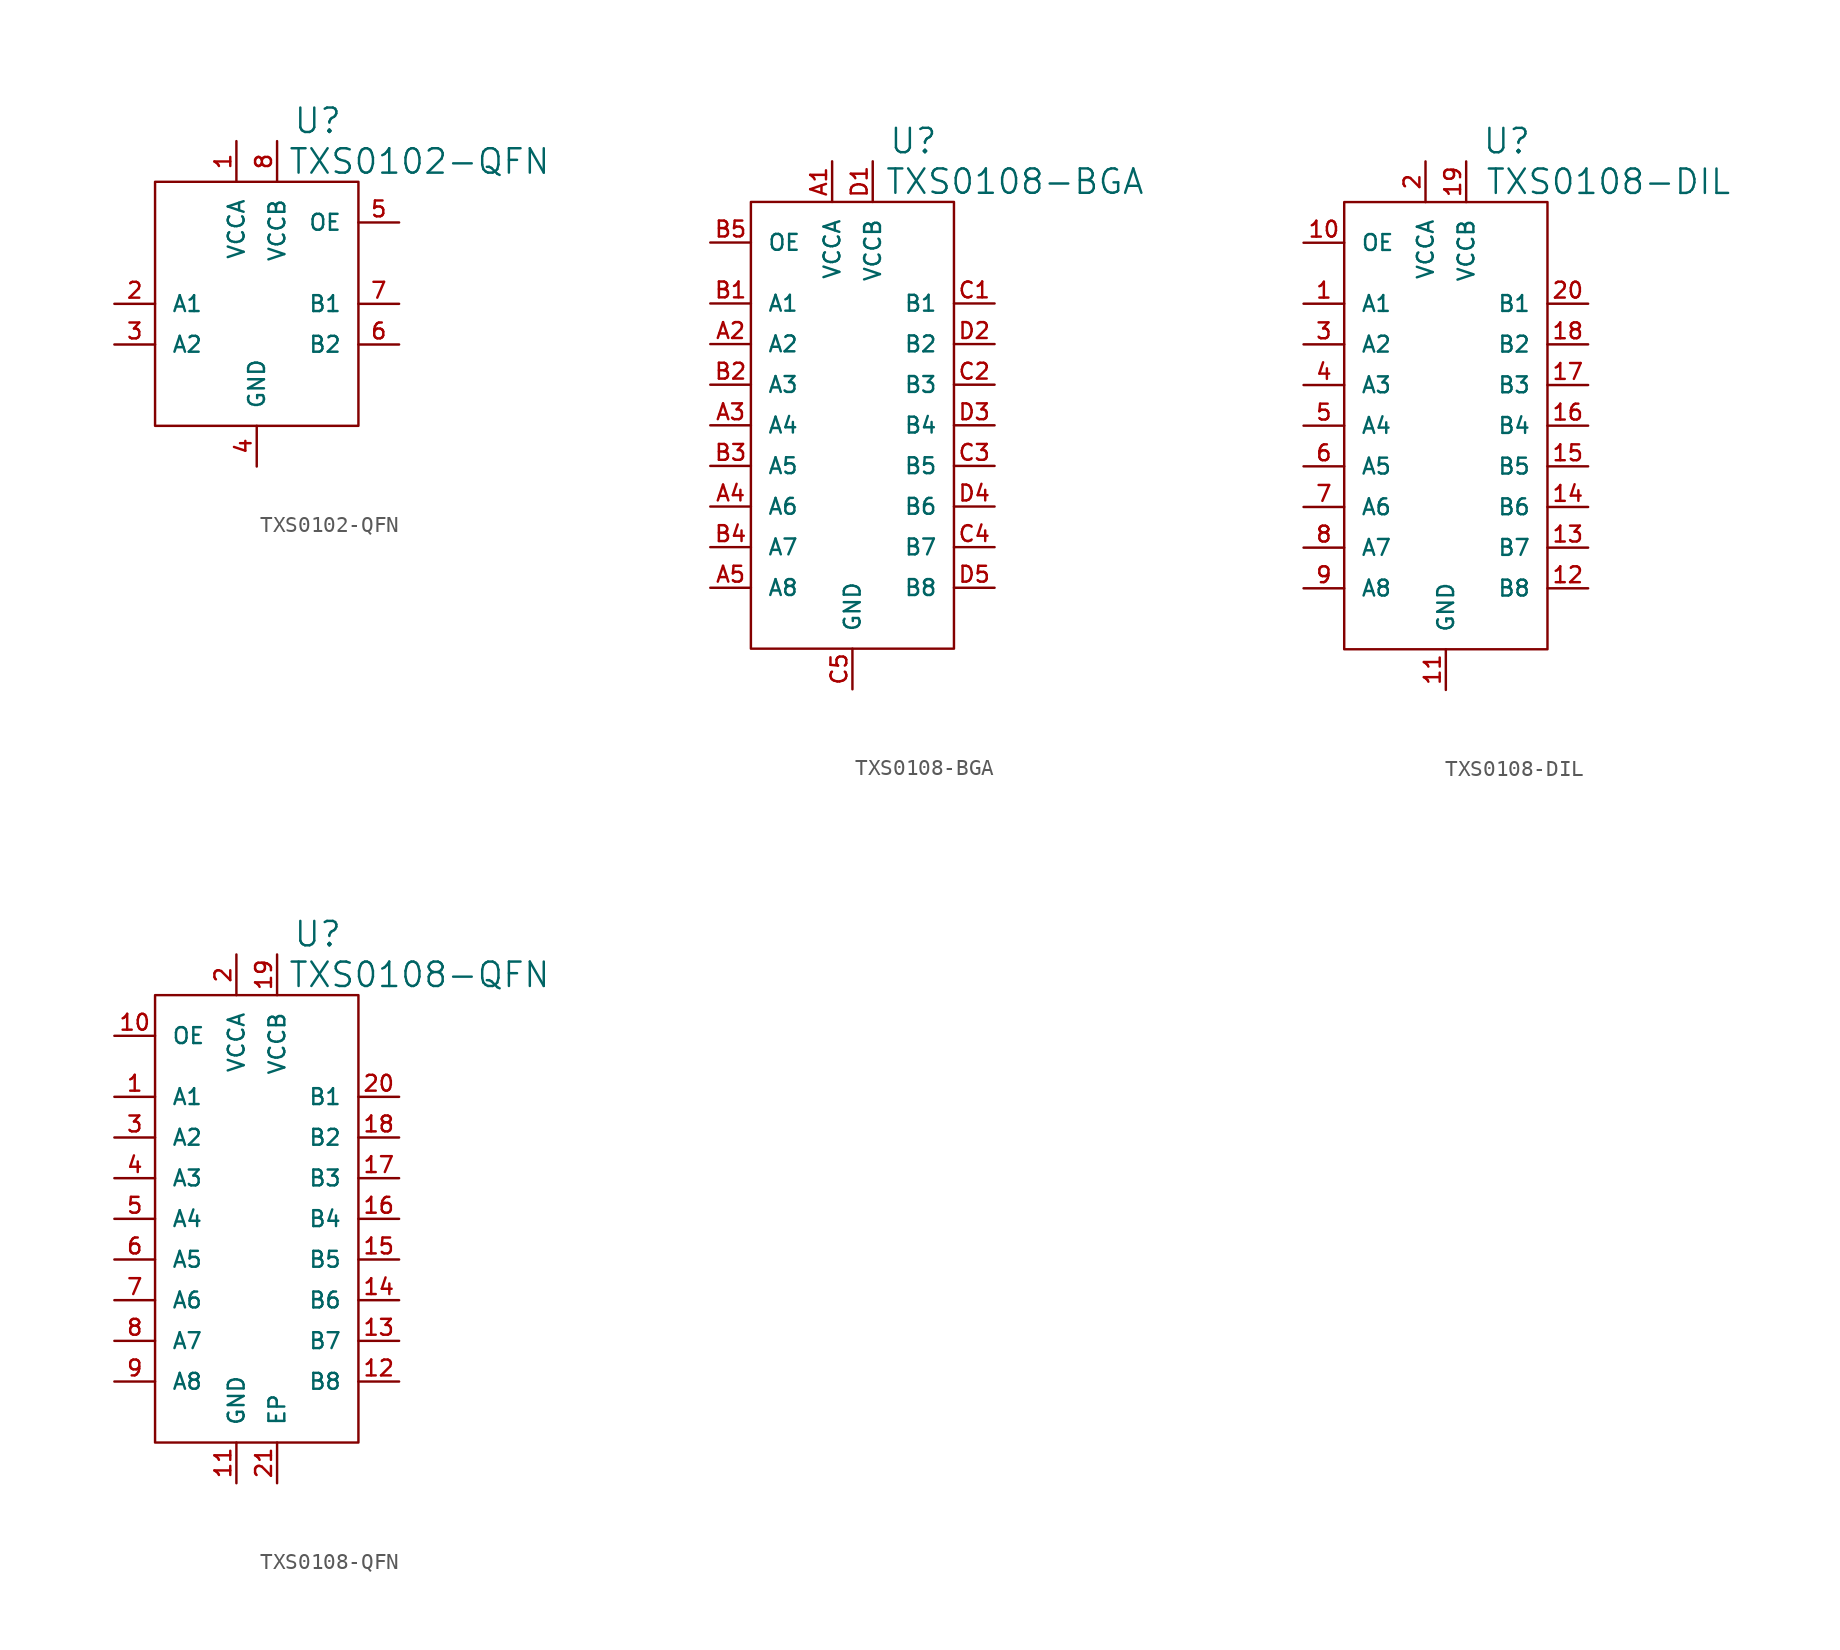
<source format=kicad_sym>
(kicad_symbol_lib
  (version 20220914)
  (generator kicad_symbol_editor)
  (symbol "TXS0102-QFN"
    (pin_names
      (offset 1.016))
    (property "Reference" "U"
      (at 3.81 11.43 0)
      (effects (font (size 1.524 1.524))))
    (property "Value" "TXS0102-QFN"
      (at 10.16 8.89 0)
      (effects (font (size 1.524 1.524))))
    (property "Footprint" ""
      (at 0 0 0)
      (effects (font (size 1.524 1.524))))
    (property "Datasheet" ""
      (at 0 0 0)
      (effects (font (size 1.524 1.524))))
    (symbol "TXS0102-QFN_0_1"
      (rectangle (start -6.35 7.62) (end 6.35 -7.62) (stroke (width 0) (type solid)) (fill (type none))))
    (symbol "TXS0102-QFN_1_1"
      (pin passive line (at -1.27 10.16 270) (length 2.54) (name "VCCA" (effects (font (size 0.991 0.991)))) (number "1" (effects (font (size 0.991 0.991)))))
      (pin passive line (at -8.89 0 0) (length 2.54) (name "A1" (effects (font (size 0.991 0.991)))) (number "2" (effects (font (size 0.991 0.991)))))
      (pin passive line (at -8.89 -2.54 0) (length 2.54) (name "A2" (effects (font (size 0.991 0.991)))) (number "3" (effects (font (size 0.991 0.991)))))
      (pin passive line (at 0 -10.16 90) (length 2.54) (name "GND" (effects (font (size 0.991 0.991)))) (number "4" (effects (font (size 0.991 0.991)))))
      (pin passive line (at 8.89 5.08 180) (length 2.54) (name "OE" (effects (font (size 0.991 0.991)))) (number "5" (effects (font (size 0.991 0.991)))))
      (pin passive line (at 8.89 -2.54 180) (length 2.54) (name "B2" (effects (font (size 0.991 0.991)))) (number "6" (effects (font (size 0.991 0.991)))))
      (pin passive line (at 8.89 0 180) (length 2.54) (name "B1" (effects (font (size 0.991 0.991)))) (number "7" (effects (font (size 0.991 0.991)))))
      (pin passive line (at 1.27 10.16 270) (length 2.54) (name "VCCB" (effects (font (size 0.991 0.991)))) (number "8" (effects (font (size 0.991 0.991)))))))
  (symbol "TXS0108-BGA"
    (pin_names
      (offset 1.016))
    (property "Reference" "U"
      (at 3.81 17.78 0)
      (effects (font (size 1.524 1.524))))
    (property "Value" "TXS0108-BGA"
      (at 10.16 15.24 0)
      (effects (font (size 1.524 1.524))))
    (property "Footprint" ""
      (at 0 -1.27 0)
      (effects (font (size 1.524 1.524))))
    (property "Datasheet" ""
      (at 0 0 0)
      (effects (font (size 1.524 1.524))))
    (symbol "TXS0108-BGA_0_1"
      (rectangle (start -6.35 13.97) (end 6.35 -13.97) (stroke (width 0) (type solid)) (fill (type none))))
    (symbol "TXS0108-BGA_1_1"
      (pin passive line (at -1.27 16.51 270) (length 2.54) (name "VCCA" (effects (font (size 0.991 0.991)))) (number "A1" (effects (font (size 0.991 0.991)))))
      (pin passive line (at -8.89 5.08 0) (length 2.54) (name "A2" (effects (font (size 0.991 0.991)))) (number "A2" (effects (font (size 0.991 0.991)))))
      (pin passive line (at -8.89 0 0) (length 2.54) (name "A4" (effects (font (size 0.991 0.991)))) (number "A3" (effects (font (size 0.991 0.991)))))
      (pin passive line (at -8.89 -5.08 0) (length 2.54) (name "A6" (effects (font (size 0.991 0.991)))) (number "A4" (effects (font (size 0.991 0.991)))))
      (pin passive line (at -8.89 -10.16 0) (length 2.54) (name "A8" (effects (font (size 0.991 0.991)))) (number "A5" (effects (font (size 0.991 0.991)))))
      (pin passive line (at -8.89 7.62 0) (length 2.54) (name "A1" (effects (font (size 0.991 0.991)))) (number "B1" (effects (font (size 0.991 0.991)))))
      (pin passive line (at -8.89 2.54 0) (length 2.54) (name "A3" (effects (font (size 0.991 0.991)))) (number "B2" (effects (font (size 0.991 0.991)))))
      (pin passive line (at -8.89 -2.54 0) (length 2.54) (name "A5" (effects (font (size 0.991 0.991)))) (number "B3" (effects (font (size 0.991 0.991)))))
      (pin passive line (at -8.89 -7.62 0) (length 2.54) (name "A7" (effects (font (size 0.991 0.991)))) (number "B4" (effects (font (size 0.991 0.991)))))
      (pin passive line (at -8.89 11.43 0) (length 2.54) (name "OE" (effects (font (size 0.991 0.991)))) (number "B5" (effects (font (size 0.991 0.991)))))
      (pin passive line (at 8.89 7.62 180) (length 2.54) (name "B1" (effects (font (size 0.991 0.991)))) (number "C1" (effects (font (size 0.991 0.991)))))
      (pin passive line (at 8.89 2.54 180) (length 2.54) (name "B3" (effects (font (size 0.991 0.991)))) (number "C2" (effects (font (size 0.991 0.991)))))
      (pin passive line (at 8.89 -2.54 180) (length 2.54) (name "B5" (effects (font (size 0.991 0.991)))) (number "C3" (effects (font (size 0.991 0.991)))))
      (pin passive line (at 8.89 -7.62 180) (length 2.54) (name "B7" (effects (font (size 0.991 0.991)))) (number "C4" (effects (font (size 0.991 0.991)))))
      (pin passive line (at 0 -16.51 90) (length 2.54) (name "GND" (effects (font (size 0.991 0.991)))) (number "C5" (effects (font (size 0.991 0.991)))))
      (pin passive line (at 1.27 16.51 270) (length 2.54) (name "VCCB" (effects (font (size 0.991 0.991)))) (number "D1" (effects (font (size 0.991 0.991)))))
      (pin passive line (at 8.89 5.08 180) (length 2.54) (name "B2" (effects (font (size 0.991 0.991)))) (number "D2" (effects (font (size 0.991 0.991)))))
      (pin passive line (at 8.89 0 180) (length 2.54) (name "B4" (effects (font (size 0.991 0.991)))) (number "D3" (effects (font (size 0.991 0.991)))))
      (pin passive line (at 8.89 -5.08 180) (length 2.54) (name "B6" (effects (font (size 0.991 0.991)))) (number "D4" (effects (font (size 0.991 0.991)))))
      (pin passive line (at 8.89 -10.16 180) (length 2.54) (name "B8" (effects (font (size 0.991 0.991)))) (number "D5" (effects (font (size 0.991 0.991)))))))
  (symbol "TXS0108-DIL"
    (pin_names
      (offset 1.016))
    (property "Reference" "U"
      (at 3.81 17.78 0)
      (effects (font (size 1.524 1.524))))
    (property "Value" "TXS0108-DIL"
      (at 10.16 15.24 0)
      (effects (font (size 1.524 1.524))))
    (property "Footprint" ""
      (at 0 -1.27 0)
      (effects (font (size 1.524 1.524))))
    (property "Datasheet" ""
      (at 0 0 0)
      (effects (font (size 1.524 1.524))))
    (symbol "TXS0108-DIL_0_1"
      (rectangle (start -6.35 13.97) (end 6.35 -13.97) (stroke (width 0) (type solid)) (fill (type none))))
    (symbol "TXS0108-DIL_1_1"
      (pin passive line (at -8.89 7.62 0) (length 2.54) (name "A1" (effects (font (size 0.991 0.991)))) (number "1" (effects (font (size 0.991 0.991)))))
      (pin passive line (at -8.89 11.43 0) (length 2.54) (name "OE" (effects (font (size 0.991 0.991)))) (number "10" (effects (font (size 0.991 0.991)))))
      (pin passive line (at 0 -16.51 90) (length 2.54) (name "GND" (effects (font (size 0.991 0.991)))) (number "11" (effects (font (size 0.991 0.991)))))
      (pin passive line (at 8.89 -10.16 180) (length 2.54) (name "B8" (effects (font (size 0.991 0.991)))) (number "12" (effects (font (size 0.991 0.991)))))
      (pin passive line (at 8.89 -7.62 180) (length 2.54) (name "B7" (effects (font (size 0.991 0.991)))) (number "13" (effects (font (size 0.991 0.991)))))
      (pin passive line (at 8.89 -5.08 180) (length 2.54) (name "B6" (effects (font (size 0.991 0.991)))) (number "14" (effects (font (size 0.991 0.991)))))
      (pin passive line (at 8.89 -2.54 180) (length 2.54) (name "B5" (effects (font (size 0.991 0.991)))) (number "15" (effects (font (size 0.991 0.991)))))
      (pin passive line (at 8.89 0 180) (length 2.54) (name "B4" (effects (font (size 0.991 0.991)))) (number "16" (effects (font (size 0.991 0.991)))))
      (pin passive line (at 8.89 2.54 180) (length 2.54) (name "B3" (effects (font (size 0.991 0.991)))) (number "17" (effects (font (size 0.991 0.991)))))
      (pin passive line (at 8.89 5.08 180) (length 2.54) (name "B2" (effects (font (size 0.991 0.991)))) (number "18" (effects (font (size 0.991 0.991)))))
      (pin passive line (at 1.27 16.51 270) (length 2.54) (name "VCCB" (effects (font (size 0.991 0.991)))) (number "19" (effects (font (size 0.991 0.991)))))
      (pin passive line (at -1.27 16.51 270) (length 2.54) (name "VCCA" (effects (font (size 0.991 0.991)))) (number "2" (effects (font (size 0.991 0.991)))))
      (pin passive line (at 8.89 7.62 180) (length 2.54) (name "B1" (effects (font (size 0.991 0.991)))) (number "20" (effects (font (size 0.991 0.991)))))
      (pin passive line (at -8.89 5.08 0) (length 2.54) (name "A2" (effects (font (size 0.991 0.991)))) (number "3" (effects (font (size 0.991 0.991)))))
      (pin passive line (at -8.89 2.54 0) (length 2.54) (name "A3" (effects (font (size 0.991 0.991)))) (number "4" (effects (font (size 0.991 0.991)))))
      (pin passive line (at -8.89 0 0) (length 2.54) (name "A4" (effects (font (size 0.991 0.991)))) (number "5" (effects (font (size 0.991 0.991)))))
      (pin passive line (at -8.89 -2.54 0) (length 2.54) (name "A5" (effects (font (size 0.991 0.991)))) (number "6" (effects (font (size 0.991 0.991)))))
      (pin passive line (at -8.89 -5.08 0) (length 2.54) (name "A6" (effects (font (size 0.991 0.991)))) (number "7" (effects (font (size 0.991 0.991)))))
      (pin passive line (at -8.89 -7.62 0) (length 2.54) (name "A7" (effects (font (size 0.991 0.991)))) (number "8" (effects (font (size 0.991 0.991)))))
      (pin passive line (at -8.89 -10.16 0) (length 2.54) (name "A8" (effects (font (size 0.991 0.991)))) (number "9" (effects (font (size 0.991 0.991)))))))
  (symbol "TXS0108-QFN"
    (pin_names
      (offset 1.016))
    (property "Reference" "U"
      (at 3.81 17.78 0)
      (effects (font (size 1.524 1.524))))
    (property "Value" "TXS0108-QFN"
      (at 10.16 15.24 0)
      (effects (font (size 1.524 1.524))))
    (property "Footprint" ""
      (at 0 -1.27 0)
      (effects (font (size 1.524 1.524))))
    (property "Datasheet" ""
      (at 0 0 0)
      (effects (font (size 1.524 1.524))))
    (symbol "TXS0108-QFN_0_1"
      (rectangle (start -6.35 13.97) (end 6.35 -13.97) (stroke (width 0) (type solid)) (fill (type none))))
    (symbol "TXS0108-QFN_1_1"
      (pin passive line (at -8.89 7.62 0) (length 2.54) (name "A1" (effects (font (size 0.991 0.991)))) (number "1" (effects (font (size 0.991 0.991)))))
      (pin passive line (at -8.89 11.43 0) (length 2.54) (name "OE" (effects (font (size 0.991 0.991)))) (number "10" (effects (font (size 0.991 0.991)))))
      (pin passive line (at -1.27 -16.51 90) (length 2.54) (name "GND" (effects (font (size 0.991 0.991)))) (number "11" (effects (font (size 0.991 0.991)))))
      (pin passive line (at 8.89 -10.16 180) (length 2.54) (name "B8" (effects (font (size 0.991 0.991)))) (number "12" (effects (font (size 0.991 0.991)))))
      (pin passive line (at 8.89 -7.62 180) (length 2.54) (name "B7" (effects (font (size 0.991 0.991)))) (number "13" (effects (font (size 0.991 0.991)))))
      (pin passive line (at 8.89 -5.08 180) (length 2.54) (name "B6" (effects (font (size 0.991 0.991)))) (number "14" (effects (font (size 0.991 0.991)))))
      (pin passive line (at 8.89 -2.54 180) (length 2.54) (name "B5" (effects (font (size 0.991 0.991)))) (number "15" (effects (font (size 0.991 0.991)))))
      (pin passive line (at 8.89 0 180) (length 2.54) (name "B4" (effects (font (size 0.991 0.991)))) (number "16" (effects (font (size 0.991 0.991)))))
      (pin passive line (at 8.89 2.54 180) (length 2.54) (name "B3" (effects (font (size 0.991 0.991)))) (number "17" (effects (font (size 0.991 0.991)))))
      (pin passive line (at 8.89 5.08 180) (length 2.54) (name "B2" (effects (font (size 0.991 0.991)))) (number "18" (effects (font (size 0.991 0.991)))))
      (pin passive line (at 1.27 16.51 270) (length 2.54) (name "VCCB" (effects (font (size 0.991 0.991)))) (number "19" (effects (font (size 0.991 0.991)))))
      (pin passive line (at -1.27 16.51 270) (length 2.54) (name "VCCA" (effects (font (size 0.991 0.991)))) (number "2" (effects (font (size 0.991 0.991)))))
      (pin passive line (at 8.89 7.62 180) (length 2.54) (name "B1" (effects (font (size 0.991 0.991)))) (number "20" (effects (font (size 0.991 0.991)))))
      (pin passive line (at 1.27 -16.51 90) (length 2.54) (name "EP" (effects (font (size 0.991 0.991)))) (number "21" (effects (font (size 0.991 0.991)))))
      (pin passive line (at -8.89 5.08 0) (length 2.54) (name "A2" (effects (font (size 0.991 0.991)))) (number "3" (effects (font (size 0.991 0.991)))))
      (pin passive line (at -8.89 2.54 0) (length 2.54) (name "A3" (effects (font (size 0.991 0.991)))) (number "4" (effects (font (size 0.991 0.991)))))
      (pin passive line (at -8.89 0 0) (length 2.54) (name "A4" (effects (font (size 0.991 0.991)))) (number "5" (effects (font (size 0.991 0.991)))))
      (pin passive line (at -8.89 -2.54 0) (length 2.54) (name "A5" (effects (font (size 0.991 0.991)))) (number "6" (effects (font (size 0.991 0.991)))))
      (pin passive line (at -8.89 -5.08 0) (length 2.54) (name "A6" (effects (font (size 0.991 0.991)))) (number "7" (effects (font (size 0.991 0.991)))))
      (pin passive line (at -8.89 -7.62 0) (length 2.54) (name "A7" (effects (font (size 0.991 0.991)))) (number "8" (effects (font (size 0.991 0.991)))))
      (pin passive line (at -8.89 -10.16 0) (length 2.54) (name "A8" (effects (font (size 0.991 0.991)))) (number "9" (effects (font (size 0.991 0.991))))))))
</source>
